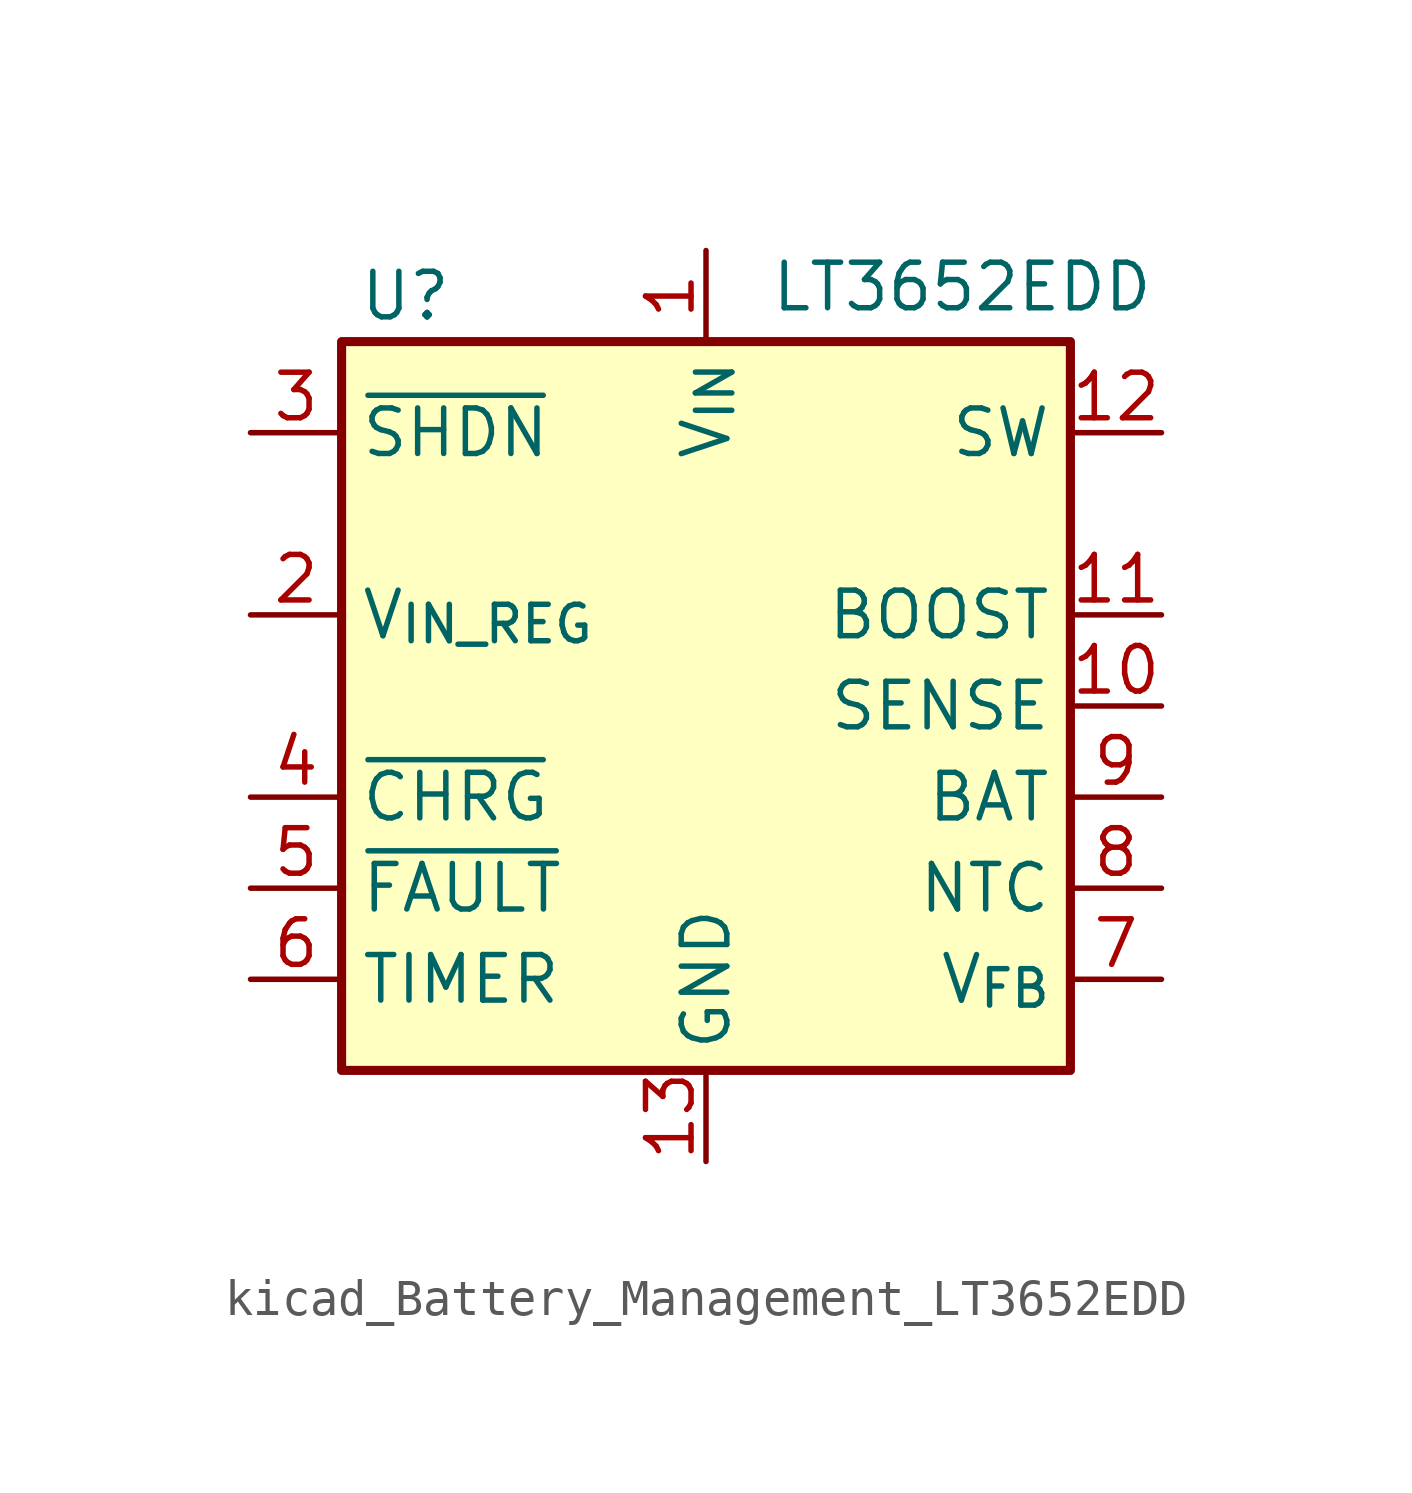
<source format=kicad_sym>
(kicad_symbol_lib
  (version 20220914)
  (generator kicad_symbol_editor)
  (symbol "kicad_Battery_Management_LT3652EDD"
    (property "Reference" "U"
      (at -8.382 11.43 0)
      (effects (font (size 1.27 1.27))))
    (property "Value" "LT3652EDD"
      (at 1.778 11.684 0)
      (effects (font (size 1.27 1.27)) (justify left)))
    (symbol "kicad_Battery_Management_LT3652EDD_0_1"
      (rectangle (start -10.16 10.16) (end 10.16 -10.16) (stroke (width 0.254) (type default)) (fill (type background))))
    (symbol "kicad_Battery_Management_LT3652EDD_1_1"
      (pin power_in line (at 0 12.7 270) (length 2.54) (name "V_{IN}" (effects (font (size 1.27 1.27)))) (number "1" (effects (font (size 1.27 1.27)))))
      (pin input line (at 12.7 0 180) (length 2.54) (name "SENSE" (effects (font (size 1.27 1.27)))) (number "10" (effects (font (size 1.27 1.27)))))
      (pin input line (at 12.7 2.54 180) (length 2.54) (name "BOOST" (effects (font (size 1.27 1.27)))) (number "11" (effects (font (size 1.27 1.27)))))
      (pin output line (at 12.7 7.62 180) (length 2.54) (name "SW" (effects (font (size 1.27 1.27)))) (number "12" (effects (font (size 1.27 1.27)))))
      (pin power_in line (at 0 -12.7 90) (length 2.54) (name "GND" (effects (font (size 1.27 1.27)))) (number "13" (effects (font (size 1.27 1.27)))))
      (pin input line (at -12.7 2.54 0) (length 2.54) (name "V_{IN_REG}" (effects (font (size 1.27 1.27)))) (number "2" (effects (font (size 1.27 1.27)))))
      (pin input line (at -12.7 7.62 0) (length 2.54) (name "~{SHDN}" (effects (font (size 1.27 1.27)))) (number "3" (effects (font (size 1.27 1.27)))))
      (pin open_collector line (at -12.7 -2.54 0) (length 2.54) (name "~{CHRG}" (effects (font (size 1.27 1.27)))) (number "4" (effects (font (size 1.27 1.27)))))
      (pin open_collector line (at -12.7 -5.08 0) (length 2.54) (name "~{FAULT}" (effects (font (size 1.27 1.27)))) (number "5" (effects (font (size 1.27 1.27)))))
      (pin output line (at -12.7 -7.62 0) (length 2.54) (name "TIMER" (effects (font (size 1.27 1.27)))) (number "6" (effects (font (size 1.27 1.27)))))
      (pin input line (at 12.7 -7.62 180) (length 2.54) (name "V_{FB}" (effects (font (size 1.27 1.27)))) (number "7" (effects (font (size 1.27 1.27)))))
      (pin input line (at 12.7 -5.08 180) (length 2.54) (name "NTC" (effects (font (size 1.27 1.27)))) (number "8" (effects (font (size 1.27 1.27)))))
      (pin output line (at 12.7 -2.54 180) (length 2.54) (name "BAT" (effects (font (size 1.27 1.27)))) (number "9" (effects (font (size 1.27 1.27))))))))
</source>
